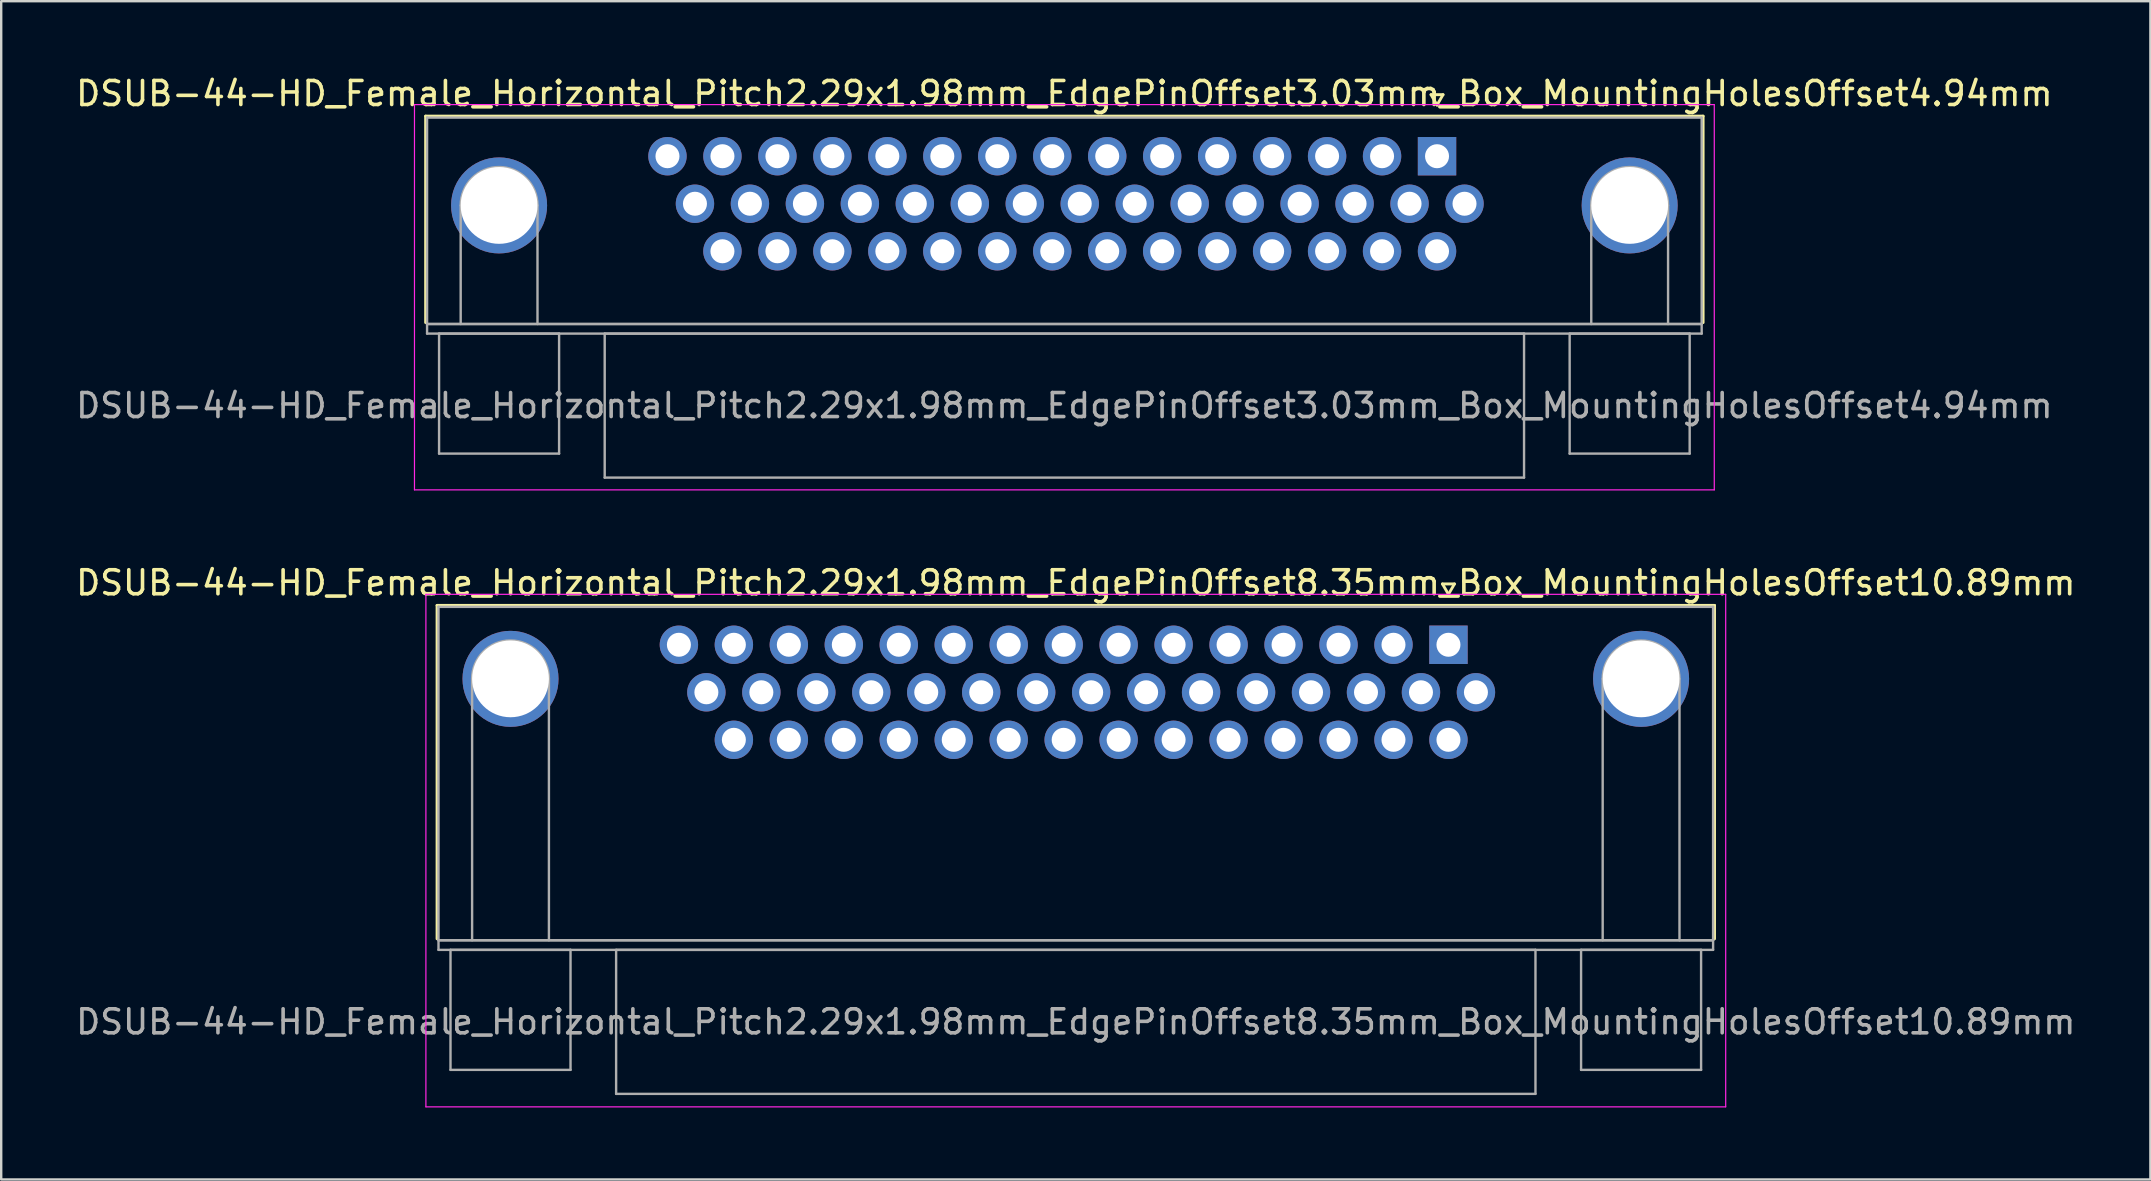
<source format=kicad_pcb>
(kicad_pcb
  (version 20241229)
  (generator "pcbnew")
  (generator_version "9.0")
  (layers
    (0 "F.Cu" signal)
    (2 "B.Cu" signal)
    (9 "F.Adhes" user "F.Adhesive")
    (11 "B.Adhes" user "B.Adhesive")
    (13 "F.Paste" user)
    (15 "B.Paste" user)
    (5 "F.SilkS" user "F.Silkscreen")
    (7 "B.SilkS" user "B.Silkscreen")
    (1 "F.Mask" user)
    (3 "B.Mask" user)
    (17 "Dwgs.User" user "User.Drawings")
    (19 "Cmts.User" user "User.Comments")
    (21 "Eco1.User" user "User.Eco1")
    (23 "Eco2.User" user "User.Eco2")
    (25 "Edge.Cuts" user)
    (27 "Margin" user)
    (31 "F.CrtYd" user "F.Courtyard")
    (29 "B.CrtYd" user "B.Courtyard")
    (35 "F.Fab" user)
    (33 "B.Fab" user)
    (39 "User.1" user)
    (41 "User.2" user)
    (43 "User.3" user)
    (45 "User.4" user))
  (footprint "DSUB-44-HD_Female_Horizontal_Pitch2.29x1.98mm_EdgePinOffset8.35mm_Box_MountingHolesOffset10.89mm"
    (layer "F.Cu")
    (at 57.293 23.811)
    (property "Reference" "DSUB-44-HD_Female_Horizontal_Pitch2.29x1.98mm_EdgePinOffset8.35mm_Box_MountingHolesOffset10.89mm" (at -15.525 -2.58 0) (layer "F.SilkS") (effects (font (size 1 1) (thickness 0.15))))
    (attr through_hole)
    (fp_line (start -42.135 -1.64) (end 11.085 -1.64) (stroke (width 0.12) (type solid)) (layer "F.SilkS"))
    (fp_line (start -42.135 12.25) (end -42.135 -1.64) (stroke (width 0.12) (type solid)) (layer "F.SilkS"))
    (fp_line (start -0.25 -2.534) (end 0.25 -2.534) (stroke (width 0.12) (type solid)) (layer "F.SilkS"))
    (fp_line (start 0 -2.101) (end -0.25 -2.534) (stroke (width 0.12) (type solid)) (layer "F.SilkS"))
    (fp_line (start 0.25 -2.534) (end 0 -2.101) (stroke (width 0.12) (type solid)) (layer "F.SilkS"))
    (fp_line (start 11.085 -1.64) (end 11.085 12.25) (stroke (width 0.12) (type solid)) (layer "F.SilkS"))
    (fp_line (start -42.6 -2.1) (end -42.6 19.25) (stroke (width 0.05) (type solid)) (layer "F.CrtYd"))
    (fp_line (start -42.6 19.25) (end 11.55 19.25) (stroke (width 0.05) (type solid)) (layer "F.CrtYd"))
    (fp_line (start 11.55 -2.1) (end -42.6 -2.1) (stroke (width 0.05) (type solid)) (layer "F.CrtYd"))
    (fp_line (start 11.55 19.25) (end 11.55 -2.1) (stroke (width 0.05) (type solid)) (layer "F.CrtYd"))
    (fp_line (start -42.075 -1.58) (end -42.075 12.31) (stroke (width 0.1) (type solid)) (layer "F.Fab"))
    (fp_line (start -42.075 12.31) (end -42.075 12.71) (stroke (width 0.1) (type solid)) (layer "F.Fab"))
    (fp_line (start -42.075 12.31) (end 11.025 12.31) (stroke (width 0.1) (type solid)) (layer "F.Fab"))
    (fp_line (start -42.075 12.71) (end 11.025 12.71) (stroke (width 0.1) (type solid)) (layer "F.Fab"))
    (fp_line (start -41.575 12.71) (end -41.575 17.71) (stroke (width 0.1) (type solid)) (layer "F.Fab"))
    (fp_line (start -41.575 17.71) (end -36.575 17.71) (stroke (width 0.1) (type solid)) (layer "F.Fab"))
    (fp_line (start -40.675 12.31) (end -40.675 1.42) (stroke (width 0.1) (type solid)) (layer "F.Fab"))
    (fp_line (start -37.475 12.31) (end -37.475 1.42) (stroke (width 0.1) (type solid)) (layer "F.Fab"))
    (fp_line (start -36.575 12.71) (end -41.575 12.71) (stroke (width 0.1) (type solid)) (layer "F.Fab"))
    (fp_line (start -36.575 17.71) (end -36.575 12.71) (stroke (width 0.1) (type solid)) (layer "F.Fab"))
    (fp_line (start -34.675 12.71) (end -34.675 18.71) (stroke (width 0.1) (type solid)) (layer "F.Fab"))
    (fp_line (start -34.675 18.71) (end 3.625 18.71) (stroke (width 0.1) (type solid)) (layer "F.Fab"))
    (fp_line (start 3.625 12.71) (end -34.675 12.71) (stroke (width 0.1) (type solid)) (layer "F.Fab"))
    (fp_line (start 3.625 18.71) (end 3.625 12.71) (stroke (width 0.1) (type solid)) (layer "F.Fab"))
    (fp_line (start 5.525 12.71) (end 5.525 17.71) (stroke (width 0.1) (type solid)) (layer "F.Fab"))
    (fp_line (start 5.525 17.71) (end 10.525 17.71) (stroke (width 0.1) (type solid)) (layer "F.Fab"))
    (fp_line (start 6.425 12.31) (end 6.425 1.42) (stroke (width 0.1) (type solid)) (layer "F.Fab"))
    (fp_line (start 9.625 12.31) (end 9.625 1.42) (stroke (width 0.1) (type solid)) (layer "F.Fab"))
    (fp_line (start 10.525 12.71) (end 5.525 12.71) (stroke (width 0.1) (type solid)) (layer "F.Fab"))
    (fp_line (start 10.525 17.71) (end 10.525 12.71) (stroke (width 0.1) (type solid)) (layer "F.Fab"))
    (fp_line (start 11.025 -1.58) (end -42.075 -1.58) (stroke (width 0.1) (type solid)) (layer "F.Fab"))
    (fp_line (start 11.025 12.31) (end -42.075 12.31) (stroke (width 0.1) (type solid)) (layer "F.Fab"))
    (fp_line (start 11.025 12.31) (end 11.025 -1.58) (stroke (width 0.1) (type solid)) (layer "F.Fab"))
    (fp_line (start 11.025 12.71) (end 11.025 12.31) (stroke (width 0.1) (type solid)) (layer "F.Fab"))
    (fp_arc (start -40.675 1.42) (mid -39.075 -0.18) (end -37.475 1.42) (stroke (width 0.1) (type solid)) (layer "F.Fab"))
    (fp_arc (start 6.425 1.42) (mid 8.025 -0.18) (end 9.625 1.42) (stroke (width 0.1) (type solid)) (layer "F.Fab"))
    (fp_text user "${REFERENCE}" (at -15.525 15.71 0) (layer "F.Fab") (effects (font (size 1 1) (thickness 0.15))))
    (pad "0" thru_hole circle (at -39.075 1.42) (size 4 4) (drill 3.2) (layers "*.Cu" "*.Mask"))
    (pad "0" thru_hole circle (at 8.025 1.42) (size 4 4) (drill 3.2) (layers "*.Cu" "*.Mask"))
    (pad "1" thru_hole rect (at 0 0) (size 1.6 1.6) (drill 1) (layers "*.Cu" "*.Mask"))
    (pad "2" thru_hole circle (at -2.29 0) (size 1.6 1.6) (drill 1) (layers "*.Cu" "*.Mask"))
    (pad "3" thru_hole circle (at -4.58 0) (size 1.6 1.6) (drill 1) (layers "*.Cu" "*.Mask"))
    (pad "4" thru_hole circle (at -6.87 0) (size 1.6 1.6) (drill 1) (layers "*.Cu" "*.Mask"))
    (pad "5" thru_hole circle (at -9.16 0) (size 1.6 1.6) (drill 1) (layers "*.Cu" "*.Mask"))
    (pad "6" thru_hole circle (at -11.45 0) (size 1.6 1.6) (drill 1) (layers "*.Cu" "*.Mask"))
    (pad "7" thru_hole circle (at -13.74 0) (size 1.6 1.6) (drill 1) (layers "*.Cu" "*.Mask"))
    (pad "8" thru_hole circle (at -16.03 0) (size 1.6 1.6) (drill 1) (layers "*.Cu" "*.Mask"))
    (pad "9" thru_hole circle (at -18.32 0) (size 1.6 1.6) (drill 1) (layers "*.Cu" "*.Mask"))
    (pad "10" thru_hole circle (at -20.61 0) (size 1.6 1.6) (drill 1) (layers "*.Cu" "*.Mask"))
    (pad "11" thru_hole circle (at -22.9 0) (size 1.6 1.6) (drill 1) (layers "*.Cu" "*.Mask"))
    (pad "12" thru_hole circle (at -25.19 0) (size 1.6 1.6) (drill 1) (layers "*.Cu" "*.Mask"))
    (pad "13" thru_hole circle (at -27.48 0) (size 1.6 1.6) (drill 1) (layers "*.Cu" "*.Mask"))
    (pad "14" thru_hole circle (at -29.77 0) (size 1.6 1.6) (drill 1) (layers "*.Cu" "*.Mask"))
    (pad "15" thru_hole circle (at -32.06 0) (size 1.6 1.6) (drill 1) (layers "*.Cu" "*.Mask"))
    (pad "16" thru_hole circle (at 1.145 1.98) (size 1.6 1.6) (drill 1) (layers "*.Cu" "*.Mask"))
    (pad "17" thru_hole circle (at -1.145 1.98) (size 1.6 1.6) (drill 1) (layers "*.Cu" "*.Mask"))
    (pad "18" thru_hole circle (at -3.435 1.98) (size 1.6 1.6) (drill 1) (layers "*.Cu" "*.Mask"))
    (pad "19" thru_hole circle (at -5.725 1.98) (size 1.6 1.6) (drill 1) (layers "*.Cu" "*.Mask"))
    (pad "20" thru_hole circle (at -8.015 1.98) (size 1.6 1.6) (drill 1) (layers "*.Cu" "*.Mask"))
    (pad "21" thru_hole circle (at -10.305 1.98) (size 1.6 1.6) (drill 1) (layers "*.Cu" "*.Mask"))
    (pad "22" thru_hole circle (at -12.595 1.98) (size 1.6 1.6) (drill 1) (layers "*.Cu" "*.Mask"))
    (pad "23" thru_hole circle (at -14.885 1.98) (size 1.6 1.6) (drill 1) (layers "*.Cu" "*.Mask"))
    (pad "24" thru_hole circle (at -17.175 1.98) (size 1.6 1.6) (drill 1) (layers "*.Cu" "*.Mask"))
    (pad "25" thru_hole circle (at -19.465 1.98) (size 1.6 1.6) (drill 1) (layers "*.Cu" "*.Mask"))
    (pad "26" thru_hole circle (at -21.755 1.98) (size 1.6 1.6) (drill 1) (layers "*.Cu" "*.Mask"))
    (pad "27" thru_hole circle (at -24.045 1.98) (size 1.6 1.6) (drill 1) (layers "*.Cu" "*.Mask"))
    (pad "28" thru_hole circle (at -26.335 1.98) (size 1.6 1.6) (drill 1) (layers "*.Cu" "*.Mask"))
    (pad "29" thru_hole circle (at -28.625 1.98) (size 1.6 1.6) (drill 1) (layers "*.Cu" "*.Mask"))
    (pad "30" thru_hole circle (at -30.915 1.98) (size 1.6 1.6) (drill 1) (layers "*.Cu" "*.Mask"))
    (pad "31" thru_hole circle (at 0 3.96) (size 1.6 1.6) (drill 1) (layers "*.Cu" "*.Mask"))
    (pad "32" thru_hole circle (at -2.29 3.96) (size 1.6 1.6) (drill 1) (layers "*.Cu" "*.Mask"))
    (pad "33" thru_hole circle (at -4.58 3.96) (size 1.6 1.6) (drill 1) (layers "*.Cu" "*.Mask"))
    (pad "34" thru_hole circle (at -6.87 3.96) (size 1.6 1.6) (drill 1) (layers "*.Cu" "*.Mask"))
    (pad "35" thru_hole circle (at -9.16 3.96) (size 1.6 1.6) (drill 1) (layers "*.Cu" "*.Mask"))
    (pad "36" thru_hole circle (at -11.45 3.96) (size 1.6 1.6) (drill 1) (layers "*.Cu" "*.Mask"))
    (pad "37" thru_hole circle (at -13.74 3.96) (size 1.6 1.6) (drill 1) (layers "*.Cu" "*.Mask"))
    (pad "38" thru_hole circle (at -16.03 3.96) (size 1.6 1.6) (drill 1) (layers "*.Cu" "*.Mask"))
    (pad "39" thru_hole circle (at -18.32 3.96) (size 1.6 1.6) (drill 1) (layers "*.Cu" "*.Mask"))
    (pad "40" thru_hole circle (at -20.61 3.96) (size 1.6 1.6) (drill 1) (layers "*.Cu" "*.Mask"))
    (pad "41" thru_hole circle (at -22.9 3.96) (size 1.6 1.6) (drill 1) (layers "*.Cu" "*.Mask"))
    (pad "42" thru_hole circle (at -25.19 3.96) (size 1.6 1.6) (drill 1) (layers "*.Cu" "*.Mask"))
    (pad "43" thru_hole circle (at -27.48 3.96) (size 1.6 1.6) (drill 1) (layers "*.Cu" "*.Mask"))
    (pad "44" thru_hole circle (at -29.77 3.96) (size 1.6 1.6) (drill 1) (layers "*.Cu" "*.Mask")))
  (footprint "DSUB-44-HD_Female_Horizontal_Pitch2.29x1.98mm_EdgePinOffset3.03mm_Box_MountingHolesOffset4.94mm"
    (layer "F.Cu")
    (at 56.817 3.458)
    (property "Reference" "DSUB-44-HD_Female_Horizontal_Pitch2.29x1.98mm_EdgePinOffset3.03mm_Box_MountingHolesOffset4.94mm" (at -15.525 -2.61 0) (layer "F.SilkS") (effects (font (size 1 1) (thickness 0.15))))
    (attr through_hole)
    (fp_line (start -42.135 -1.67) (end 11.085 -1.67) (stroke (width 0.12) (type solid)) (layer "F.SilkS"))
    (fp_line (start -42.135 6.93) (end -42.135 -1.67) (stroke (width 0.12) (type solid)) (layer "F.SilkS"))
    (fp_line (start -0.25 -2.564) (end 0.25 -2.564) (stroke (width 0.12) (type solid)) (layer "F.SilkS"))
    (fp_line (start 0 -2.131) (end -0.25 -2.564) (stroke (width 0.12) (type solid)) (layer "F.SilkS"))
    (fp_line (start 0.25 -2.564) (end 0 -2.131) (stroke (width 0.12) (type solid)) (layer "F.SilkS"))
    (fp_line (start 11.085 -1.67) (end 11.085 6.93) (stroke (width 0.12) (type solid)) (layer "F.SilkS"))
    (fp_line (start -42.6 -2.15) (end -42.6 13.9) (stroke (width 0.05) (type solid)) (layer "F.CrtYd"))
    (fp_line (start -42.6 13.9) (end 11.55 13.9) (stroke (width 0.05) (type solid)) (layer "F.CrtYd"))
    (fp_line (start 11.55 -2.15) (end -42.6 -2.15) (stroke (width 0.05) (type solid)) (layer "F.CrtYd"))
    (fp_line (start 11.55 13.9) (end 11.55 -2.15) (stroke (width 0.05) (type solid)) (layer "F.CrtYd"))
    (fp_line (start -42.075 -1.61) (end -42.075 6.99) (stroke (width 0.1) (type solid)) (layer "F.Fab"))
    (fp_line (start -42.075 6.99) (end -42.075 7.39) (stroke (width 0.1) (type solid)) (layer "F.Fab"))
    (fp_line (start -42.075 6.99) (end 11.025 6.99) (stroke (width 0.1) (type solid)) (layer "F.Fab"))
    (fp_line (start -42.075 7.39) (end 11.025 7.39) (stroke (width 0.1) (type solid)) (layer "F.Fab"))
    (fp_line (start -41.575 7.39) (end -41.575 12.39) (stroke (width 0.1) (type solid)) (layer "F.Fab"))
    (fp_line (start -41.575 12.39) (end -36.575 12.39) (stroke (width 0.1) (type solid)) (layer "F.Fab"))
    (fp_line (start -40.675 6.99) (end -40.675 2.05) (stroke (width 0.1) (type solid)) (layer "F.Fab"))
    (fp_line (start -37.475 6.99) (end -37.475 2.05) (stroke (width 0.1) (type solid)) (layer "F.Fab"))
    (fp_line (start -36.575 7.39) (end -41.575 7.39) (stroke (width 0.1) (type solid)) (layer "F.Fab"))
    (fp_line (start -36.575 12.39) (end -36.575 7.39) (stroke (width 0.1) (type solid)) (layer "F.Fab"))
    (fp_line (start -34.675 7.39) (end -34.675 13.39) (stroke (width 0.1) (type solid)) (layer "F.Fab"))
    (fp_line (start -34.675 13.39) (end 3.625 13.39) (stroke (width 0.1) (type solid)) (layer "F.Fab"))
    (fp_line (start 3.625 7.39) (end -34.675 7.39) (stroke (width 0.1) (type solid)) (layer "F.Fab"))
    (fp_line (start 3.625 13.39) (end 3.625 7.39) (stroke (width 0.1) (type solid)) (layer "F.Fab"))
    (fp_line (start 5.525 7.39) (end 5.525 12.39) (stroke (width 0.1) (type solid)) (layer "F.Fab"))
    (fp_line (start 5.525 12.39) (end 10.525 12.39) (stroke (width 0.1) (type solid)) (layer "F.Fab"))
    (fp_line (start 6.425 6.99) (end 6.425 2.05) (stroke (width 0.1) (type solid)) (layer "F.Fab"))
    (fp_line (start 9.625 6.99) (end 9.625 2.05) (stroke (width 0.1) (type solid)) (layer "F.Fab"))
    (fp_line (start 10.525 7.39) (end 5.525 7.39) (stroke (width 0.1) (type solid)) (layer "F.Fab"))
    (fp_line (start 10.525 12.39) (end 10.525 7.39) (stroke (width 0.1) (type solid)) (layer "F.Fab"))
    (fp_line (start 11.025 -1.61) (end -42.075 -1.61) (stroke (width 0.1) (type solid)) (layer "F.Fab"))
    (fp_line (start 11.025 6.99) (end -42.075 6.99) (stroke (width 0.1) (type solid)) (layer "F.Fab"))
    (fp_line (start 11.025 6.99) (end 11.025 -1.61) (stroke (width 0.1) (type solid)) (layer "F.Fab"))
    (fp_line (start 11.025 7.39) (end 11.025 6.99) (stroke (width 0.1) (type solid)) (layer "F.Fab"))
    (fp_arc (start -40.675 2.05) (mid -39.075 0.45) (end -37.475 2.05) (stroke (width 0.1) (type solid)) (layer "F.Fab"))
    (fp_arc (start 6.425 2.05) (mid 8.025 0.45) (end 9.625 2.05) (stroke (width 0.1) (type solid)) (layer "F.Fab"))
    (fp_text user "${REFERENCE}" (at -15.525 10.39 0) (layer "F.Fab") (effects (font (size 1 1) (thickness 0.15))))
    (pad "0" thru_hole circle (at -39.075 2.05) (size 4 4) (drill 3.2) (layers "*.Cu" "*.Mask"))
    (pad "0" thru_hole circle (at 8.025 2.05) (size 4 4) (drill 3.2) (layers "*.Cu" "*.Mask"))
    (pad "1" thru_hole rect (at 0 0) (size 1.6 1.6) (drill 1) (layers "*.Cu" "*.Mask"))
    (pad "2" thru_hole circle (at -2.29 0) (size 1.6 1.6) (drill 1) (layers "*.Cu" "*.Mask"))
    (pad "3" thru_hole circle (at -4.58 0) (size 1.6 1.6) (drill 1) (layers "*.Cu" "*.Mask"))
    (pad "4" thru_hole circle (at -6.87 0) (size 1.6 1.6) (drill 1) (layers "*.Cu" "*.Mask"))
    (pad "5" thru_hole circle (at -9.16 0) (size 1.6 1.6) (drill 1) (layers "*.Cu" "*.Mask"))
    (pad "6" thru_hole circle (at -11.45 0) (size 1.6 1.6) (drill 1) (layers "*.Cu" "*.Mask"))
    (pad "7" thru_hole circle (at -13.74 0) (size 1.6 1.6) (drill 1) (layers "*.Cu" "*.Mask"))
    (pad "8" thru_hole circle (at -16.03 0) (size 1.6 1.6) (drill 1) (layers "*.Cu" "*.Mask"))
    (pad "9" thru_hole circle (at -18.32 0) (size 1.6 1.6) (drill 1) (layers "*.Cu" "*.Mask"))
    (pad "10" thru_hole circle (at -20.61 0) (size 1.6 1.6) (drill 1) (layers "*.Cu" "*.Mask"))
    (pad "11" thru_hole circle (at -22.9 0) (size 1.6 1.6) (drill 1) (layers "*.Cu" "*.Mask"))
    (pad "12" thru_hole circle (at -25.19 0) (size 1.6 1.6) (drill 1) (layers "*.Cu" "*.Mask"))
    (pad "13" thru_hole circle (at -27.48 0) (size 1.6 1.6) (drill 1) (layers "*.Cu" "*.Mask"))
    (pad "14" thru_hole circle (at -29.77 0) (size 1.6 1.6) (drill 1) (layers "*.Cu" "*.Mask"))
    (pad "15" thru_hole circle (at -32.06 0) (size 1.6 1.6) (drill 1) (layers "*.Cu" "*.Mask"))
    (pad "16" thru_hole circle (at 1.145 1.98) (size 1.6 1.6) (drill 1) (layers "*.Cu" "*.Mask"))
    (pad "17" thru_hole circle (at -1.145 1.98) (size 1.6 1.6) (drill 1) (layers "*.Cu" "*.Mask"))
    (pad "18" thru_hole circle (at -3.435 1.98) (size 1.6 1.6) (drill 1) (layers "*.Cu" "*.Mask"))
    (pad "19" thru_hole circle (at -5.725 1.98) (size 1.6 1.6) (drill 1) (layers "*.Cu" "*.Mask"))
    (pad "20" thru_hole circle (at -8.015 1.98) (size 1.6 1.6) (drill 1) (layers "*.Cu" "*.Mask"))
    (pad "21" thru_hole circle (at -10.305 1.98) (size 1.6 1.6) (drill 1) (layers "*.Cu" "*.Mask"))
    (pad "22" thru_hole circle (at -12.595 1.98) (size 1.6 1.6) (drill 1) (layers "*.Cu" "*.Mask"))
    (pad "23" thru_hole circle (at -14.885 1.98) (size 1.6 1.6) (drill 1) (layers "*.Cu" "*.Mask"))
    (pad "24" thru_hole circle (at -17.175 1.98) (size 1.6 1.6) (drill 1) (layers "*.Cu" "*.Mask"))
    (pad "25" thru_hole circle (at -19.465 1.98) (size 1.6 1.6) (drill 1) (layers "*.Cu" "*.Mask"))
    (pad "26" thru_hole circle (at -21.755 1.98) (size 1.6 1.6) (drill 1) (layers "*.Cu" "*.Mask"))
    (pad "27" thru_hole circle (at -24.045 1.98) (size 1.6 1.6) (drill 1) (layers "*.Cu" "*.Mask"))
    (pad "28" thru_hole circle (at -26.335 1.98) (size 1.6 1.6) (drill 1) (layers "*.Cu" "*.Mask"))
    (pad "29" thru_hole circle (at -28.625 1.98) (size 1.6 1.6) (drill 1) (layers "*.Cu" "*.Mask"))
    (pad "30" thru_hole circle (at -30.915 1.98) (size 1.6 1.6) (drill 1) (layers "*.Cu" "*.Mask"))
    (pad "31" thru_hole circle (at 0 3.96) (size 1.6 1.6) (drill 1) (layers "*.Cu" "*.Mask"))
    (pad "32" thru_hole circle (at -2.29 3.96) (size 1.6 1.6) (drill 1) (layers "*.Cu" "*.Mask"))
    (pad "33" thru_hole circle (at -4.58 3.96) (size 1.6 1.6) (drill 1) (layers "*.Cu" "*.Mask"))
    (pad "34" thru_hole circle (at -6.87 3.96) (size 1.6 1.6) (drill 1) (layers "*.Cu" "*.Mask"))
    (pad "35" thru_hole circle (at -9.16 3.96) (size 1.6 1.6) (drill 1) (layers "*.Cu" "*.Mask"))
    (pad "36" thru_hole circle (at -11.45 3.96) (size 1.6 1.6) (drill 1) (layers "*.Cu" "*.Mask"))
    (pad "37" thru_hole circle (at -13.74 3.96) (size 1.6 1.6) (drill 1) (layers "*.Cu" "*.Mask"))
    (pad "38" thru_hole circle (at -16.03 3.96) (size 1.6 1.6) (drill 1) (layers "*.Cu" "*.Mask"))
    (pad "39" thru_hole circle (at -18.32 3.96) (size 1.6 1.6) (drill 1) (layers "*.Cu" "*.Mask"))
    (pad "40" thru_hole circle (at -20.61 3.96) (size 1.6 1.6) (drill 1) (layers "*.Cu" "*.Mask"))
    (pad "41" thru_hole circle (at -22.9 3.96) (size 1.6 1.6) (drill 1) (layers "*.Cu" "*.Mask"))
    (pad "42" thru_hole circle (at -25.19 3.96) (size 1.6 1.6) (drill 1) (layers "*.Cu" "*.Mask"))
    (pad "43" thru_hole circle (at -27.48 3.96) (size 1.6 1.6) (drill 1) (layers "*.Cu" "*.Mask"))
    (pad "44" thru_hole circle (at -29.77 3.96) (size 1.6 1.6) (drill 1) (layers "*.Cu" "*.Mask")))
  (gr_rect
    (start -3 -3)
    (end 86.536 46.087)
    (stroke (width 0.1) (type default))
    (fill no)
    (layer "Edge.Cuts")))
</source>
